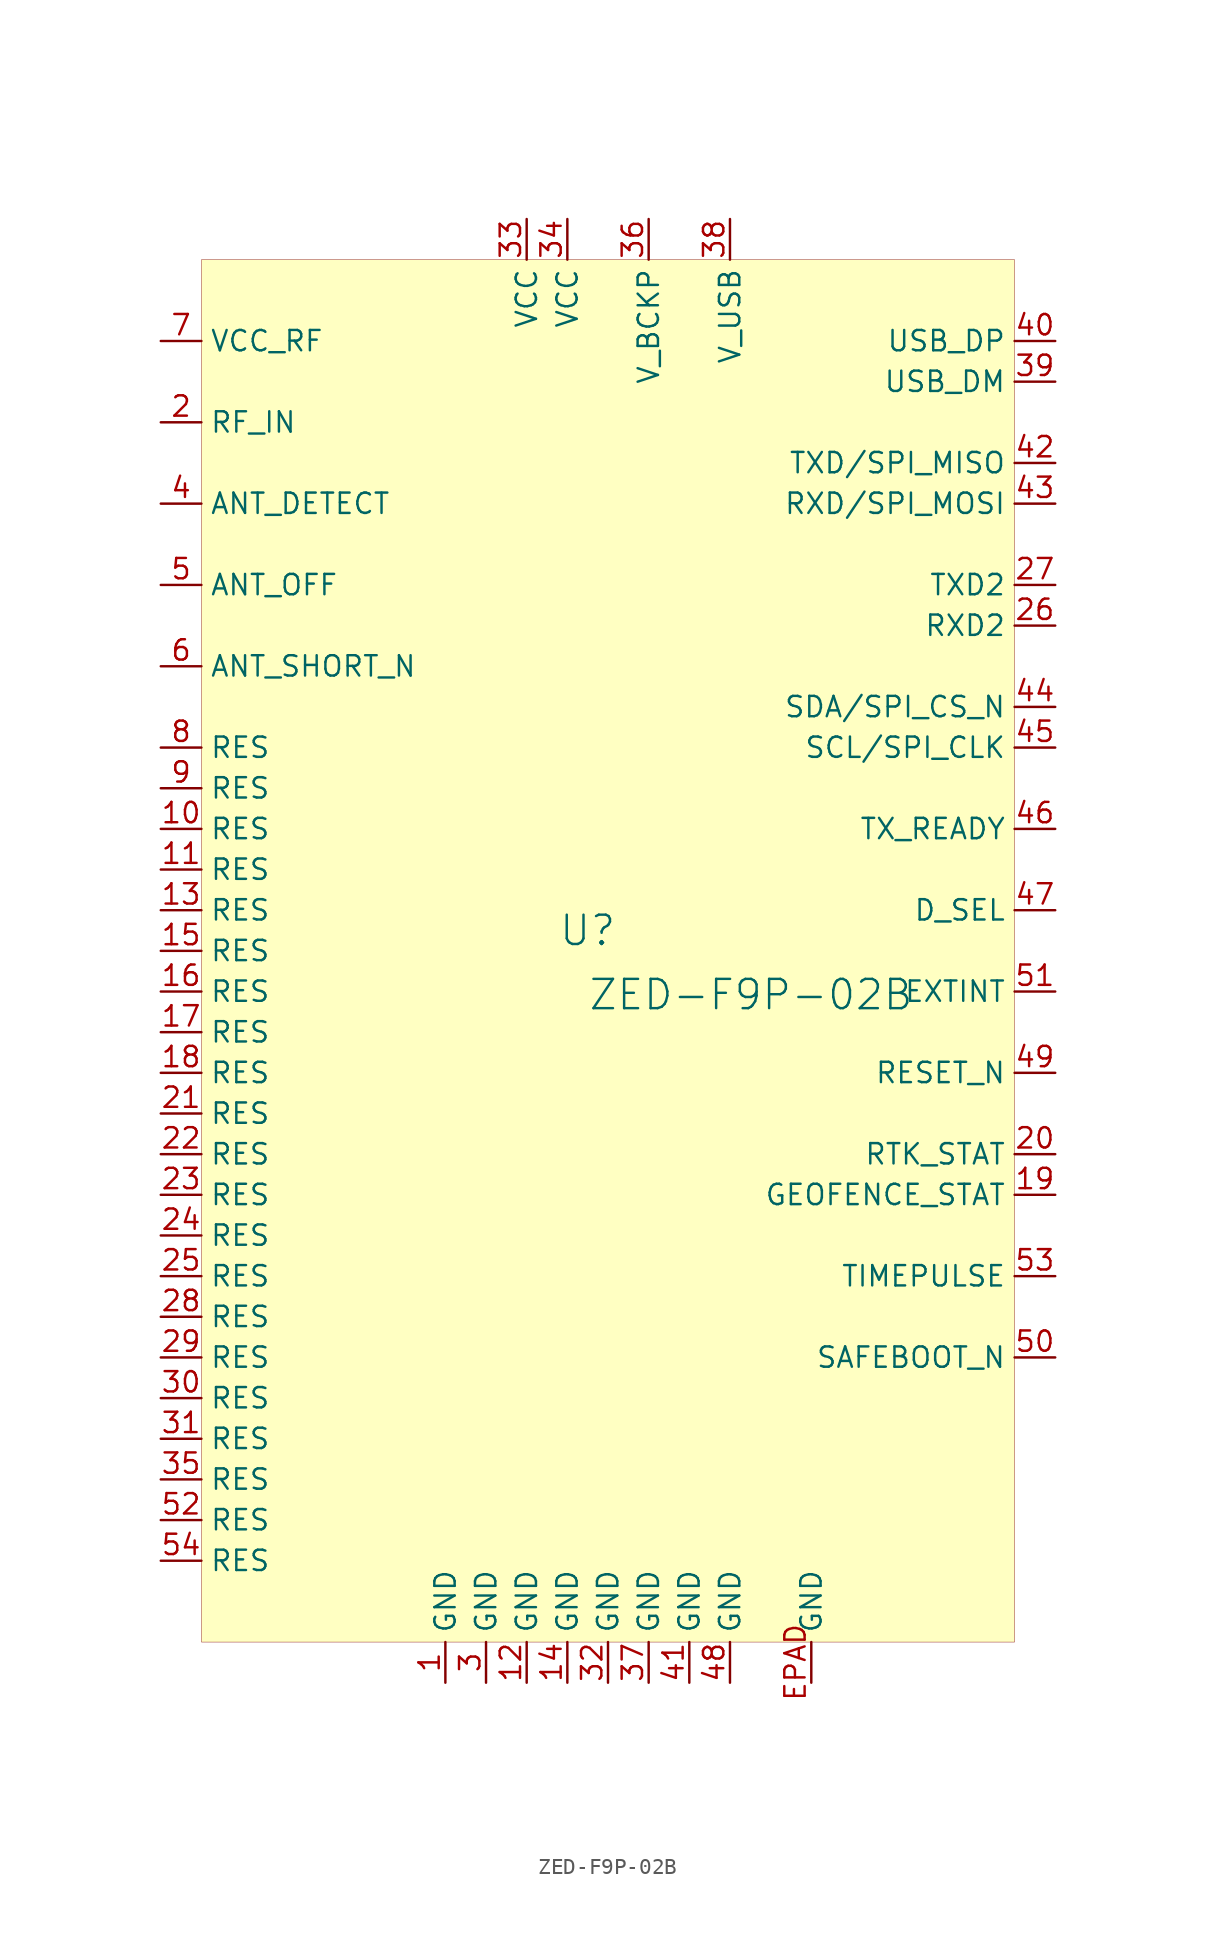
<source format=kicad_sym>
(kicad_symbol_lib
  (version 20231120)
  (generator "kicad_symbol_editor")
  (generator_version "8.0")
  (symbol "ZED-F9P-02B"
    (property "Reference" "U"
      (at -1.27 1.27 0)
      (effects (font (size 1.829 1.829))))
    (property "Value" "ZED-F9P-02B"
      (at -1.27 -3.81 0)
      (effects (font (size 1.829 1.829)) (justify left bottom)))
    (symbol "ZED-F9P-02B_1_0"
      (rectangle (start 25.4 43.18) (end -25.4 -43.18) (stroke (width 0.025) (type solid) (color 128 0 0 1)) (fill (type background)))
      (pin power_in line (at -10.16 -45.72 90) (length 2.54) (name "GND" (effects (font (size 1.27 1.27)))) (number "1" (effects (font (size 1.27 1.27)))))
      (pin passive line (at -27.94 7.62 0) (length 2.54) (name "RES" (effects (font (size 1.27 1.27)))) (number "10" (effects (font (size 1.27 1.27)))))
      (pin passive line (at -27.94 5.08 0) (length 2.54) (name "RES" (effects (font (size 1.27 1.27)))) (number "11" (effects (font (size 1.27 1.27)))))
      (pin power_in line (at -5.08 -45.72 90) (length 2.54) (name "GND" (effects (font (size 1.27 1.27)))) (number "12" (effects (font (size 1.27 1.27)))))
      (pin passive line (at -27.94 2.54 0) (length 2.54) (name "RES" (effects (font (size 1.27 1.27)))) (number "13" (effects (font (size 1.27 1.27)))))
      (pin power_in line (at -2.54 -45.72 90) (length 2.54) (name "GND" (effects (font (size 1.27 1.27)))) (number "14" (effects (font (size 1.27 1.27)))))
      (pin passive line (at -27.94 0 0) (length 2.54) (name "RES" (effects (font (size 1.27 1.27)))) (number "15" (effects (font (size 1.27 1.27)))))
      (pin passive line (at -27.94 -2.54 0) (length 2.54) (name "RES" (effects (font (size 1.27 1.27)))) (number "16" (effects (font (size 1.27 1.27)))))
      (pin passive line (at -27.94 -5.08 0) (length 2.54) (name "RES" (effects (font (size 1.27 1.27)))) (number "17" (effects (font (size 1.27 1.27)))))
      (pin passive line (at -27.94 -7.62 0) (length 2.54) (name "RES" (effects (font (size 1.27 1.27)))) (number "18" (effects (font (size 1.27 1.27)))))
      (pin output line (at 27.94 -15.24 180) (length 2.54) (name "GEOFENCE_STAT" (effects (font (size 1.27 1.27)))) (number "19" (effects (font (size 1.27 1.27)))))
      (pin input line (at -27.94 33.02 0) (length 2.54) (name "RF_IN" (effects (font (size 1.27 1.27)))) (number "2" (effects (font (size 1.27 1.27)))))
      (pin output line (at 27.94 -12.7 180) (length 2.54) (name "RTK_STAT" (effects (font (size 1.27 1.27)))) (number "20" (effects (font (size 1.27 1.27)))))
      (pin passive line (at -27.94 -10.16 0) (length 2.54) (name "RES" (effects (font (size 1.27 1.27)))) (number "21" (effects (font (size 1.27 1.27)))))
      (pin passive line (at -27.94 -12.7 0) (length 2.54) (name "RES" (effects (font (size 1.27 1.27)))) (number "22" (effects (font (size 1.27 1.27)))))
      (pin passive line (at -27.94 -15.24 0) (length 2.54) (name "RES" (effects (font (size 1.27 1.27)))) (number "23" (effects (font (size 1.27 1.27)))))
      (pin passive line (at -27.94 -17.78 0) (length 2.54) (name "RES" (effects (font (size 1.27 1.27)))) (number "24" (effects (font (size 1.27 1.27)))))
      (pin passive line (at -27.94 -20.32 0) (length 2.54) (name "RES" (effects (font (size 1.27 1.27)))) (number "25" (effects (font (size 1.27 1.27)))))
      (pin input line (at 27.94 20.32 180) (length 2.54) (name "RXD2" (effects (font (size 1.27 1.27)))) (number "26" (effects (font (size 1.27 1.27)))))
      (pin output line (at 27.94 22.86 180) (length 2.54) (name "TXD2" (effects (font (size 1.27 1.27)))) (number "27" (effects (font (size 1.27 1.27)))))
      (pin passive line (at -27.94 -22.86 0) (length 2.54) (name "RES" (effects (font (size 1.27 1.27)))) (number "28" (effects (font (size 1.27 1.27)))))
      (pin passive line (at -27.94 -25.4 0) (length 2.54) (name "RES" (effects (font (size 1.27 1.27)))) (number "29" (effects (font (size 1.27 1.27)))))
      (pin power_in line (at -7.62 -45.72 90) (length 2.54) (name "GND" (effects (font (size 1.27 1.27)))) (number "3" (effects (font (size 1.27 1.27)))))
      (pin passive line (at -27.94 -27.94 0) (length 2.54) (name "RES" (effects (font (size 1.27 1.27)))) (number "30" (effects (font (size 1.27 1.27)))))
      (pin passive line (at -27.94 -30.48 0) (length 2.54) (name "RES" (effects (font (size 1.27 1.27)))) (number "31" (effects (font (size 1.27 1.27)))))
      (pin power_in line (at 0 -45.72 90) (length 2.54) (name "GND" (effects (font (size 1.27 1.27)))) (number "32" (effects (font (size 1.27 1.27)))))
      (pin power_in line (at -5.08 45.72 270) (length 2.54) (name "VCC" (effects (font (size 1.27 1.27)))) (number "33" (effects (font (size 1.27 1.27)))))
      (pin power_in line (at -2.54 45.72 270) (length 2.54) (name "VCC" (effects (font (size 1.27 1.27)))) (number "34" (effects (font (size 1.27 1.27)))))
      (pin passive line (at -27.94 -33.02 0) (length 2.54) (name "RES" (effects (font (size 1.27 1.27)))) (number "35" (effects (font (size 1.27 1.27)))))
      (pin power_in line (at 2.54 45.72 270) (length 2.54) (name "V_BCKP" (effects (font (size 1.27 1.27)))) (number "36" (effects (font (size 1.27 1.27)))))
      (pin power_in line (at 2.54 -45.72 90) (length 2.54) (name "GND" (effects (font (size 1.27 1.27)))) (number "37" (effects (font (size 1.27 1.27)))))
      (pin power_in line (at 7.62 45.72 270) (length 2.54) (name "V_USB" (effects (font (size 1.27 1.27)))) (number "38" (effects (font (size 1.27 1.27)))))
      (pin bidirectional line (at 27.94 35.56 180) (length 2.54) (name "USB_DM" (effects (font (size 1.27 1.27)))) (number "39" (effects (font (size 1.27 1.27)))))
      (pin input line (at -27.94 27.94 0) (length 2.54) (name "ANT_DETECT" (effects (font (size 1.27 1.27)))) (number "4" (effects (font (size 1.27 1.27)))))
      (pin bidirectional line (at 27.94 38.1 180) (length 2.54) (name "USB_DP" (effects (font (size 1.27 1.27)))) (number "40" (effects (font (size 1.27 1.27)))))
      (pin power_in line (at 5.08 -45.72 90) (length 2.54) (name "GND" (effects (font (size 1.27 1.27)))) (number "41" (effects (font (size 1.27 1.27)))))
      (pin output line (at 27.94 30.48 180) (length 2.54) (name "TXD/SPI_MISO" (effects (font (size 1.27 1.27)))) (number "42" (effects (font (size 1.27 1.27)))))
      (pin input line (at 27.94 27.94 180) (length 2.54) (name "RXD/SPI_MOSI" (effects (font (size 1.27 1.27)))) (number "43" (effects (font (size 1.27 1.27)))))
      (pin bidirectional line (at 27.94 15.24 180) (length 2.54) (name "SDA/SPI_CS_N" (effects (font (size 1.27 1.27)))) (number "44" (effects (font (size 1.27 1.27)))))
      (pin bidirectional line (at 27.94 12.7 180) (length 2.54) (name "SCL/SPI_CLK" (effects (font (size 1.27 1.27)))) (number "45" (effects (font (size 1.27 1.27)))))
      (pin output line (at 27.94 7.62 180) (length 2.54) (name "TX_READY" (effects (font (size 1.27 1.27)))) (number "46" (effects (font (size 1.27 1.27)))))
      (pin input line (at 27.94 2.54 180) (length 2.54) (name "D_SEL" (effects (font (size 1.27 1.27)))) (number "47" (effects (font (size 1.27 1.27)))))
      (pin power_in line (at 7.62 -45.72 90) (length 2.54) (name "GND" (effects (font (size 1.27 1.27)))) (number "48" (effects (font (size 1.27 1.27)))))
      (pin input line (at 27.94 -7.62 180) (length 2.54) (name "RESET_N" (effects (font (size 1.27 1.27)))) (number "49" (effects (font (size 1.27 1.27)))))
      (pin output line (at -27.94 22.86 0) (length 2.54) (name "ANT_OFF" (effects (font (size 1.27 1.27)))) (number "5" (effects (font (size 1.27 1.27)))))
      (pin input line (at 27.94 -25.4 180) (length 2.54) (name "SAFEBOOT_N" (effects (font (size 1.27 1.27)))) (number "50" (effects (font (size 1.27 1.27)))))
      (pin input line (at 27.94 -2.54 180) (length 2.54) (name "EXTINT" (effects (font (size 1.27 1.27)))) (number "51" (effects (font (size 1.27 1.27)))))
      (pin passive line (at -27.94 -35.56 0) (length 2.54) (name "RES" (effects (font (size 1.27 1.27)))) (number "52" (effects (font (size 1.27 1.27)))))
      (pin output line (at 27.94 -20.32 180) (length 2.54) (name "TIMEPULSE" (effects (font (size 1.27 1.27)))) (number "53" (effects (font (size 1.27 1.27)))))
      (pin passive line (at -27.94 -38.1 0) (length 2.54) (name "RES" (effects (font (size 1.27 1.27)))) (number "54" (effects (font (size 1.27 1.27)))))
      (pin input line (at -27.94 17.78 0) (length 2.54) (name "ANT_SHORT_N" (effects (font (size 1.27 1.27)))) (number "6" (effects (font (size 1.27 1.27)))))
      (pin power_in line (at -27.94 38.1 0) (length 2.54) (name "VCC_RF" (effects (font (size 1.27 1.27)))) (number "7" (effects (font (size 1.27 1.27)))))
      (pin passive line (at -27.94 12.7 0) (length 2.54) (name "RES" (effects (font (size 1.27 1.27)))) (number "8" (effects (font (size 1.27 1.27)))))
      (pin passive line (at -27.94 10.16 0) (length 2.54) (name "RES" (effects (font (size 1.27 1.27)))) (number "9" (effects (font (size 1.27 1.27)))))
      (pin passive line (at 12.7 -45.72 90) (length 2.54) (name "GND" (effects (font (size 1.27 1.27)))) (number "EPAD" (effects (font (size 1.27 1.27))))))))
</source>
